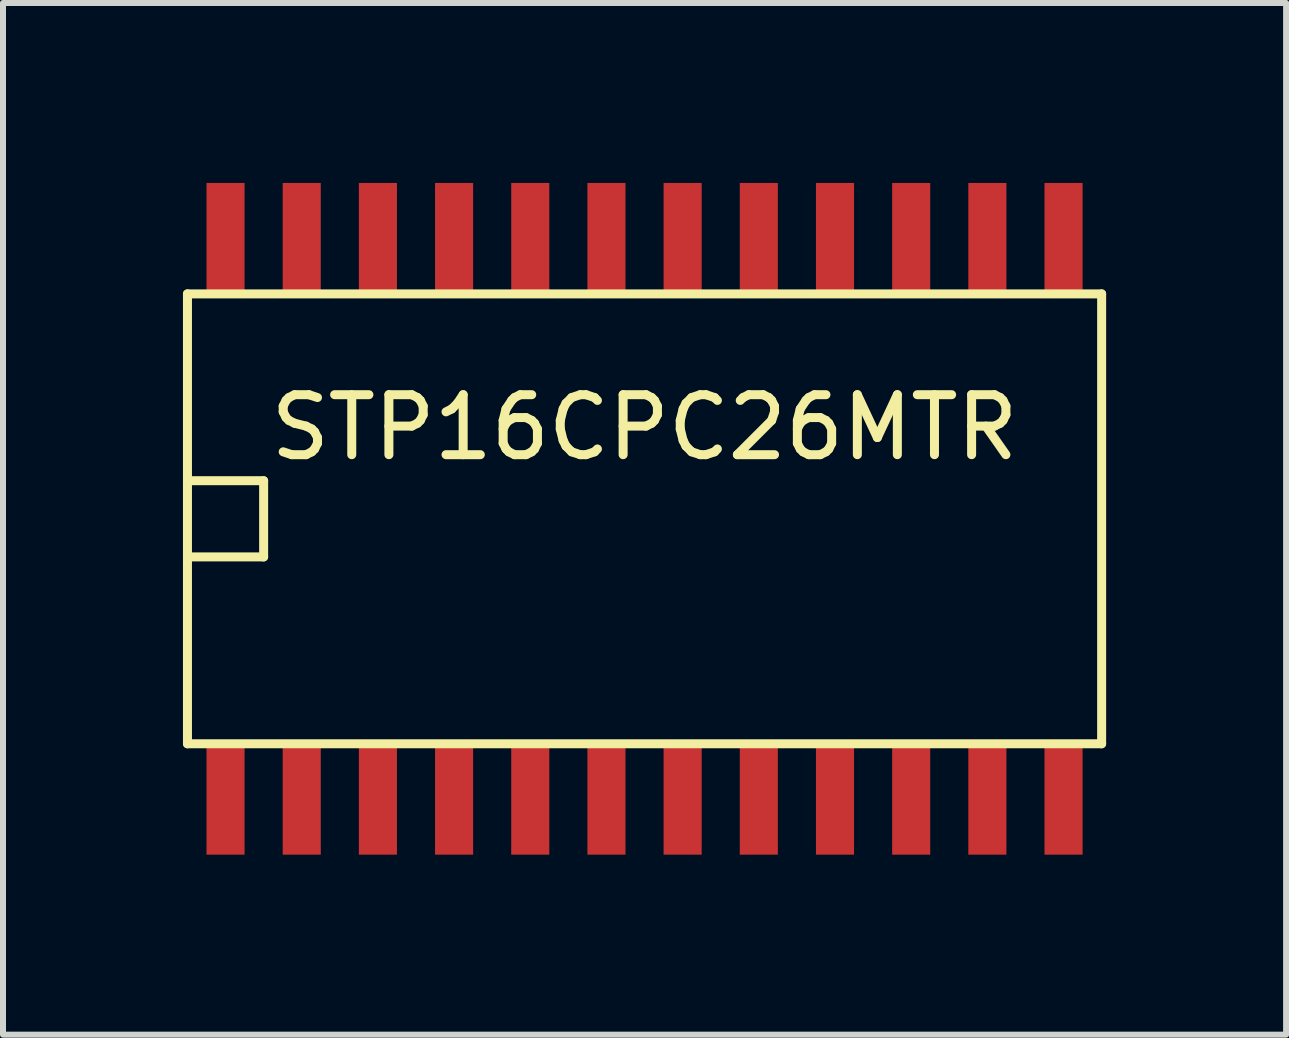
<source format=kicad_pcb>
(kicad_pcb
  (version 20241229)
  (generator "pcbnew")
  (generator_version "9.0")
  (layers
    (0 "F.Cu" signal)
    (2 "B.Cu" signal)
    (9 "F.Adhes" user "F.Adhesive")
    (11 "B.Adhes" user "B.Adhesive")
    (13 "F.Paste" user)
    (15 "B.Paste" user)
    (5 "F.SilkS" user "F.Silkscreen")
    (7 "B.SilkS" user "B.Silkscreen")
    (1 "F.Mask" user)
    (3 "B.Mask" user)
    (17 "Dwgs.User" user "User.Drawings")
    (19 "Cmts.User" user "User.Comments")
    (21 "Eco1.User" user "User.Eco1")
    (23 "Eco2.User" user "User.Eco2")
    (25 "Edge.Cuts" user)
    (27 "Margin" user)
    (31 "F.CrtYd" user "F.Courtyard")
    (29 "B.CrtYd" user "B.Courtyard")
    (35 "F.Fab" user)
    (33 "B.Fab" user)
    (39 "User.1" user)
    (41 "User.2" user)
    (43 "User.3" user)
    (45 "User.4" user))
  (footprint "STP16CPC26MTR"
    (layer "F.Cu")
    (at 7.695 5.599)
    (property "Reference" "STP16CPC26MTR" (at 0 -1.524 0) (layer "F.SilkS") (effects (font (size 1 1) (thickness 0.15))))
    (attr smd)
    (fp_line (start -7.62 -3.75) (end -7.62 3.75) (stroke (width 0.15) (type solid)) (layer "F.SilkS"))
    (fp_line (start -7.62 -0.635) (end -6.35 -0.635) (stroke (width 0.15) (type solid)) (layer "F.SilkS"))
    (fp_line (start -7.62 3.75) (end 7.62 3.75) (stroke (width 0.15) (type solid)) (layer "F.SilkS"))
    (fp_line (start -6.35 -0.635) (end -6.35 0.635) (stroke (width 0.15) (type solid)) (layer "F.SilkS"))
    (fp_line (start -6.35 0.635) (end -7.62 0.635) (stroke (width 0.15) (type solid)) (layer "F.SilkS"))
    (fp_line (start 7.62 -3.75) (end -7.62 -3.75) (stroke (width 0.15) (type solid)) (layer "F.SilkS"))
    (fp_line (start 7.62 -3.75) (end 7.62 3.75) (stroke (width 0.15) (type solid)) (layer "F.SilkS"))
    (pad "1" smd rect (at -6.985 4.699) (size 0.635 1.8) (layers "F.Cu" "F.Mask" "F.Paste"))
    (pad "2" smd rect (at -5.715 4.699) (size 0.635 1.8) (layers "F.Cu" "F.Mask" "F.Paste"))
    (pad "3" smd rect (at -4.445 4.699) (size 0.635 1.8) (layers "F.Cu" "F.Mask" "F.Paste"))
    (pad "4" smd rect (at -3.175 4.699) (size 0.635 1.8) (layers "F.Cu" "F.Mask" "F.Paste"))
    (pad "5" smd rect (at -1.905 4.699) (size 0.635 1.8) (layers "F.Cu" "F.Mask" "F.Paste"))
    (pad "6" smd rect (at -0.635 4.699) (size 0.635 1.8) (layers "F.Cu" "F.Mask" "F.Paste"))
    (pad "7" smd rect (at 0.635 4.699) (size 0.635 1.8) (layers "F.Cu" "F.Mask" "F.Paste"))
    (pad "8" smd rect (at 1.905 4.699) (size 0.635 1.8) (layers "F.Cu" "F.Mask" "F.Paste"))
    (pad "9" smd rect (at 3.175 4.699) (size 0.635 1.8) (layers "F.Cu" "F.Mask" "F.Paste"))
    (pad "10" smd rect (at 4.445 4.699) (size 0.635 1.8) (layers "F.Cu" "F.Mask" "F.Paste"))
    (pad "11" smd rect (at 5.715 4.699) (size 0.635 1.8) (layers "F.Cu" "F.Mask" "F.Paste"))
    (pad "12" smd rect (at 6.985 4.699) (size 0.635 1.8) (layers "F.Cu" "F.Mask" "F.Paste"))
    (pad "13" smd rect (at 6.985 -4.699) (size 0.635 1.8) (layers "F.Cu" "F.Mask" "F.Paste"))
    (pad "14" smd rect (at 5.715 -4.699) (size 0.635 1.8) (layers "F.Cu" "F.Mask" "F.Paste"))
    (pad "15" smd rect (at 4.445 -4.699) (size 0.635 1.8) (layers "F.Cu" "F.Mask" "F.Paste"))
    (pad "16" smd rect (at 3.175 -4.699) (size 0.635 1.8) (layers "F.Cu" "F.Mask" "F.Paste"))
    (pad "17" smd rect (at 1.905 -4.699) (size 0.635 1.8) (layers "F.Cu" "F.Mask" "F.Paste"))
    (pad "18" smd rect (at 0.635 -4.699) (size 0.635 1.8) (layers "F.Cu" "F.Mask" "F.Paste"))
    (pad "19" smd rect (at -0.635 -4.699) (size 0.635 1.8) (layers "F.Cu" "F.Mask" "F.Paste"))
    (pad "20" smd rect (at -1.905 -4.699) (size 0.635 1.8) (layers "F.Cu" "F.Mask" "F.Paste"))
    (pad "21" smd rect (at -3.175 -4.699) (size 0.635 1.8) (layers "F.Cu" "F.Mask" "F.Paste"))
    (pad "22" smd rect (at -4.445 -4.699) (size 0.635 1.8) (layers "F.Cu" "F.Mask" "F.Paste"))
    (pad "23" smd rect (at -5.715 -4.699) (size 0.635 1.8) (layers "F.Cu" "F.Mask" "F.Paste"))
    (pad "24" smd rect (at -6.985 -4.699) (size 0.635 1.8) (layers "F.Cu" "F.Mask" "F.Paste")))
  (gr_rect
    (start -3 -3)
    (end 18.39 14.198)
    (stroke (width 0.1) (type default))
    (fill no)
    (layer "Edge.Cuts")))
</source>
